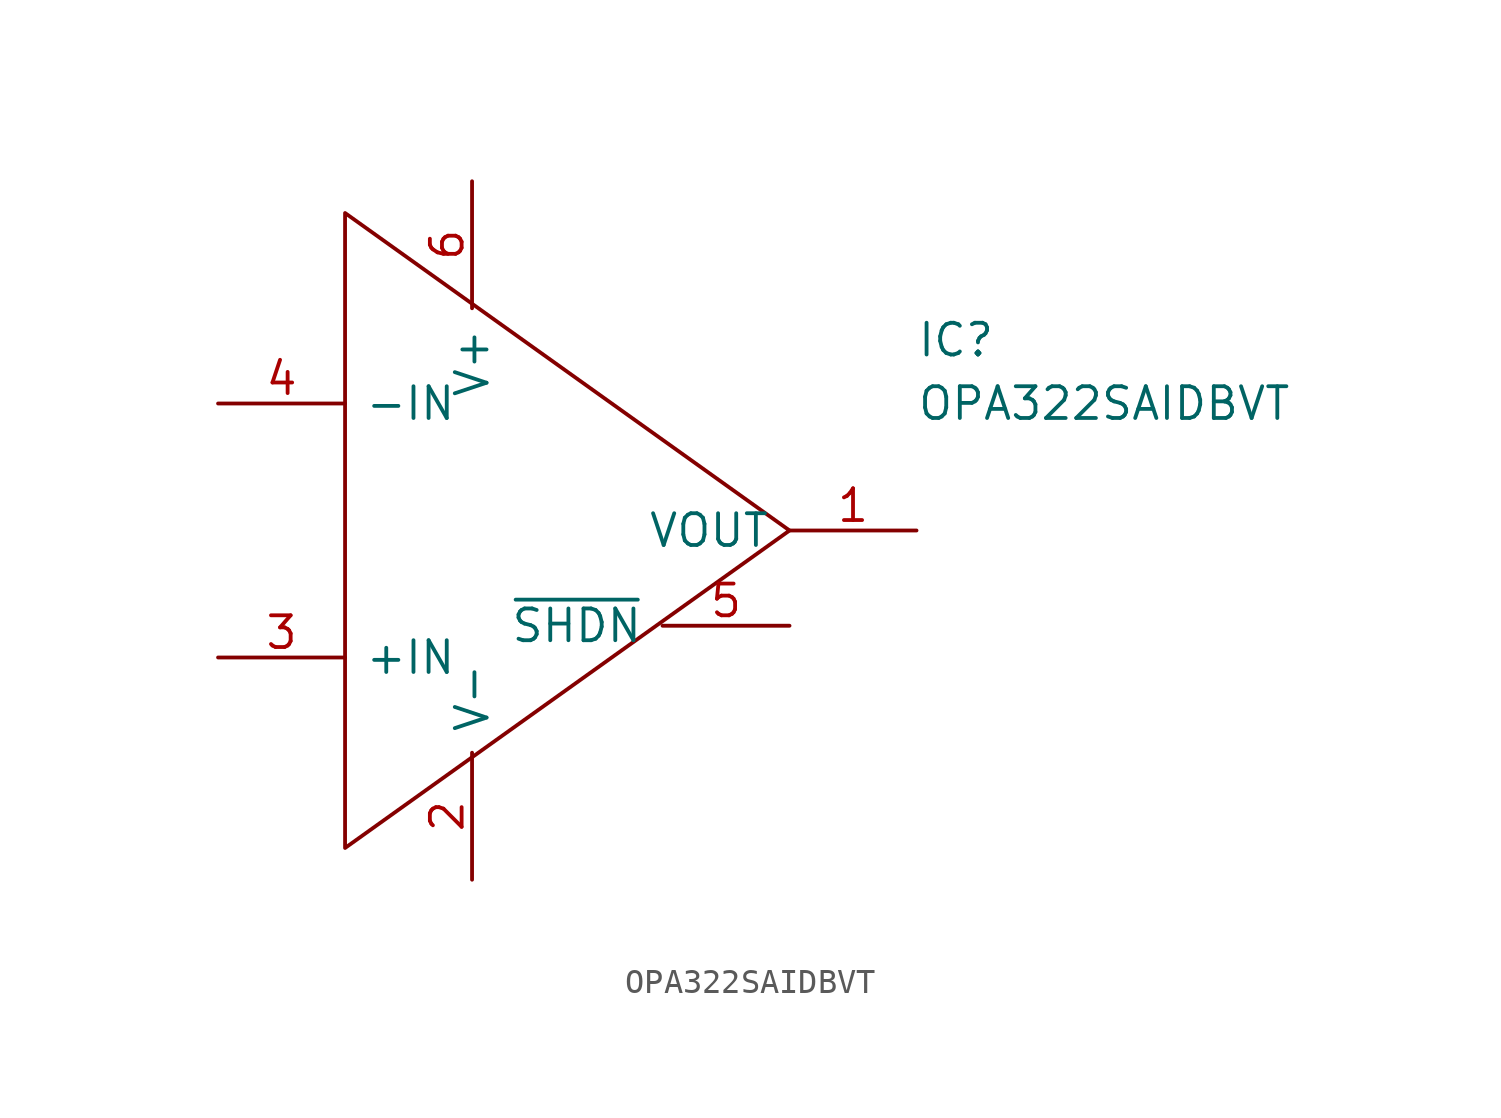
<source format=kicad_sym>
(kicad_symbol_lib
  (version 20211014)
  (generator kicad_symbol_editor)
  (symbol "OPA322SAIDBVT"
    (pin_names
      (offset 0.762))
    (property "Reference" "IC"
      (at 26.67 7.62 0)
      (effects (font (size 1.27 1.27)) (justify left)))
    (property "Value" "OPA322SAIDBVT"
      (at 26.67 5.08 0)
      (effects (font (size 1.27 1.27)) (justify left)))
    (symbol "OPA322SAIDBVT_0_0"
      (pin passive line (at 26.67 0 180) (length 5.08) (name "VOUT" (effects (font (size 1.27 1.27)))) (number "1" (effects (font (size 1.27 1.27)))))
      (pin passive line (at 8.89 -13.97 90) (length 5.08) (name "V-" (effects (font (size 1.27 1.27)))) (number "2" (effects (font (size 1.27 1.27)))))
      (pin passive line (at -1.27 -5.08 0) (length 5.08) (name "+IN" (effects (font (size 1.27 1.27)))) (number "3" (effects (font (size 1.27 1.27)))))
      (pin passive line (at -1.27 5.08 0) (length 5.08) (name "-IN" (effects (font (size 1.27 1.27)))) (number "4" (effects (font (size 1.27 1.27)))))
      (pin passive line (at 21.59 -3.81 180) (length 5.08) (name "~{SHDN}" (effects (font (size 1.27 1.27)))) (number "5" (effects (font (size 1.27 1.27)))))
      (pin passive line (at 8.89 13.97 270) (length 5.08) (name "V+" (effects (font (size 1.27 1.27)))) (number "6" (effects (font (size 1.27 1.27))))))
    (symbol "OPA322SAIDBVT_0_1"
      (polyline (pts (xy 3.81 12.7) (xy 21.59 0) (xy 21.59 0) (xy 3.81 -12.7) (xy 3.81 12.7)) (stroke (width 0.152) (type default) (color 0 0 0 0)) (fill (type none))))))
</source>
